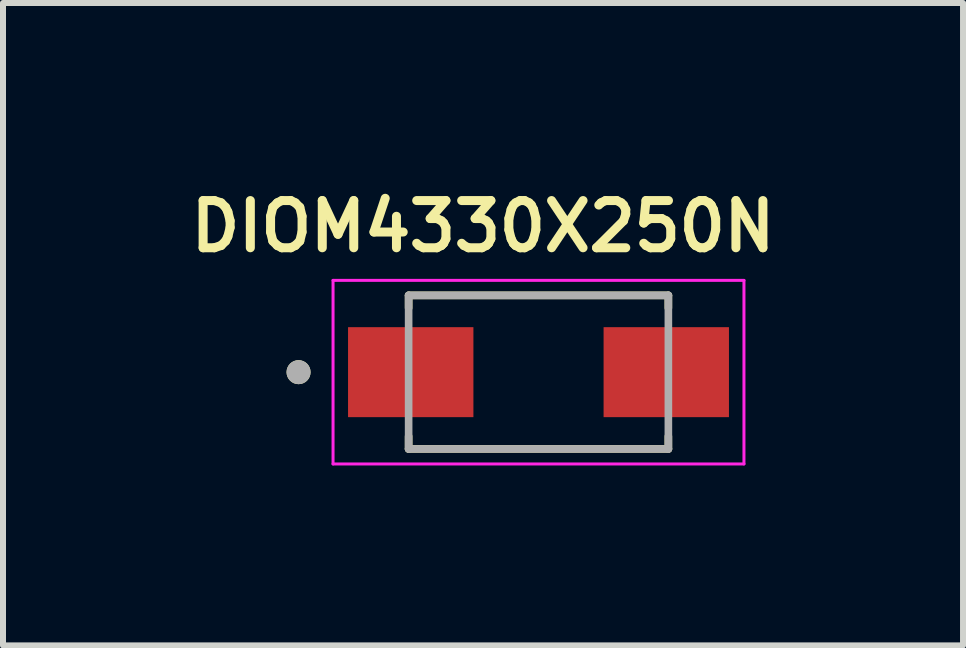
<source format=kicad_pcb>
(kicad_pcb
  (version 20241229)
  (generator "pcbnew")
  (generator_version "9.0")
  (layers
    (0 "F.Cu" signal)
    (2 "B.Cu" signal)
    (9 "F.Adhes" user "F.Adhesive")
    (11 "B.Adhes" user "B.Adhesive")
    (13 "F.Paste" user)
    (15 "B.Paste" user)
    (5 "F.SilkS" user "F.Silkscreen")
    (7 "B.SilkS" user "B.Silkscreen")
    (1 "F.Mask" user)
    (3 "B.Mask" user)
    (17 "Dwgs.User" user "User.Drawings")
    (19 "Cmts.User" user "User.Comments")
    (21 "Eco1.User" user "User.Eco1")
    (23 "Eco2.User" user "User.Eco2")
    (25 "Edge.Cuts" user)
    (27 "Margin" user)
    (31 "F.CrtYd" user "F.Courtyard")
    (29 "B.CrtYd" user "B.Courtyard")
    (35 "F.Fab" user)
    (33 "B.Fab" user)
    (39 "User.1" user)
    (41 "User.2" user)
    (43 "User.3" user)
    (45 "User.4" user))
  (footprint "DIOM4330X250N"
    (layer "F.Cu")
    (at 5.927 3.154)
    (property "Reference" "DIOM4330X250N" (at -0.925 -2.43 0) (layer "F.SilkS") (effects (font (size 0.787 0.787) (thickness 0.15))))
    (attr smd)
    (fp_line (start -2.165 -1.28) (end -2.165 -1.07) (stroke (width 0.127) (type solid)) (layer "F.SilkS"))
    (fp_line (start -2.165 1.28) (end -2.165 1.07) (stroke (width 0.127) (type solid)) (layer "F.SilkS"))
    (fp_line (start -2.165 1.28) (end 2.165 1.28) (stroke (width 0.127) (type solid)) (layer "F.SilkS"))
    (fp_line (start 2.165 -1.28) (end -2.165 -1.28) (stroke (width 0.127) (type solid)) (layer "F.SilkS"))
    (fp_line (start 2.165 -1.07) (end 2.165 -1.28) (stroke (width 0.127) (type solid)) (layer "F.SilkS"))
    (fp_line (start 2.165 1.28) (end 2.165 1.07) (stroke (width 0.127) (type solid)) (layer "F.SilkS"))
    (fp_circle (center -4 0) (end -3.9 0) (stroke (width 0.2) (type solid)) (fill no) (layer "F.SilkS"))
    (fp_line (start -3.425 -1.53) (end -3.425 1.53) (stroke (width 0.05) (type solid)) (layer "F.CrtYd"))
    (fp_line (start -3.425 1.53) (end 3.425 1.53) (stroke (width 0.05) (type solid)) (layer "F.CrtYd"))
    (fp_line (start 3.425 -1.53) (end -3.425 -1.53) (stroke (width 0.05) (type solid)) (layer "F.CrtYd"))
    (fp_line (start 3.425 1.53) (end 3.425 -1.53) (stroke (width 0.05) (type solid)) (layer "F.CrtYd"))
    (fp_line (start -2.165 -1.28) (end -2.165 1.28) (stroke (width 0.127) (type solid)) (layer "F.Fab"))
    (fp_line (start -2.165 1.28) (end 2.165 1.28) (stroke (width 0.127) (type solid)) (layer "F.Fab"))
    (fp_line (start 2.165 -1.28) (end -2.165 -1.28) (stroke (width 0.127) (type solid)) (layer "F.Fab"))
    (fp_line (start 2.165 1.28) (end 2.165 -1.28) (stroke (width 0.127) (type solid)) (layer "F.Fab"))
    (fp_circle (center -4 0) (end -3.9 0) (stroke (width 0.2) (type solid)) (fill no) (layer "F.Fab"))
    (pad "A" smd rect (at 2.13 0) (size 2.09 1.5) (layers "F.Cu" "F.Mask" "F.Paste"))
    (pad "C" smd rect (at -2.13 0) (size 2.09 1.5) (layers "F.Cu" "F.Mask" "F.Paste")))
  (gr_rect
    (start -3 -3)
    (end 13.004 7.709)
    (stroke (width 0.1) (type default))
    (fill no)
    (layer "Edge.Cuts")))
</source>
